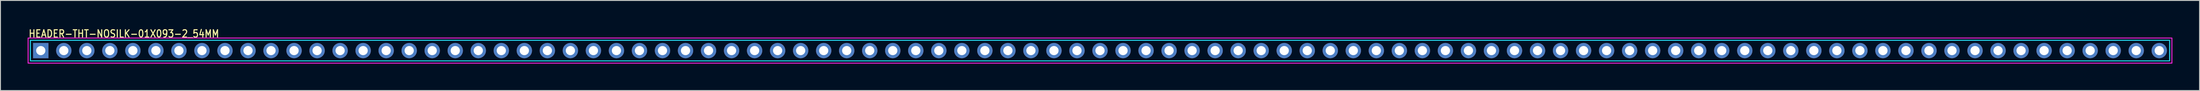
<source format=kicad_pcb>
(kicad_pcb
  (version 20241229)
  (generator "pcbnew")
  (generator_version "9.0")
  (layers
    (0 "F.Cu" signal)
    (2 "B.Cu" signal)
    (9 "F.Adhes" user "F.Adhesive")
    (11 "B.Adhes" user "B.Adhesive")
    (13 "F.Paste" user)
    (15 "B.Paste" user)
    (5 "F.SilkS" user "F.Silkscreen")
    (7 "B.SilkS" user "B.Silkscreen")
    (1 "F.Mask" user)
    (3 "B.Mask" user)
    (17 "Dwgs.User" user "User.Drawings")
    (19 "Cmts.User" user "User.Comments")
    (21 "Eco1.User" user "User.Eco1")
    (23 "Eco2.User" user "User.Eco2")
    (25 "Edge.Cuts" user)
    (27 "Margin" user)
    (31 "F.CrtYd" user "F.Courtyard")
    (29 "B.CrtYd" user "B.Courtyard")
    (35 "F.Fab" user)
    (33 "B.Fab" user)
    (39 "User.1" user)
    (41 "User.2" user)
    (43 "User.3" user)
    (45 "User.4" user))
  (footprint "HEADER-THT-NOSILK-01X093-2_54MM"
    (layer "F.Cu")
    (at 1.447 2.579)
    (property "Reference" "HEADER-THT-NOSILK-01X093-2_54MM" (at -1.4 -1.4 0) (unlocked yes) (layer "F.SilkS") (effects (font (size 0.813 0.695) (thickness 0.122)) (justify left bottom)))
    (fp_poly (pts (xy -1.143 -1.143) (xy 234.823 -1.143) (xy 234.823 1.143) (xy -1.143 1.143)) (stroke (width 0.1) (type solid)) (fill no) (layer "B.CrtYd"))
    (fp_poly (pts (xy -1.397 -1.397) (xy 235.077 -1.397) (xy 235.077 1.397) (xy -1.397 1.397)) (stroke (width 0.1) (type solid)) (fill no) (layer "F.CrtYd"))
    (pad "1" thru_hole rect (at 0 0) (size 1.693 1.693) (drill 1.016) (layers "*.Cu" "*.Mask"))
    (pad "2" thru_hole oval (at 2.54 0) (size 1.693 1.693) (drill 1.016) (layers "*.Cu" "*.Mask"))
    (pad "3" thru_hole oval (at 5.08 0) (size 1.693 1.693) (drill 1.016) (layers "*.Cu" "*.Mask"))
    (pad "4" thru_hole oval (at 7.62 0) (size 1.693 1.693) (drill 1.016) (layers "*.Cu" "*.Mask"))
    (pad "5" thru_hole oval (at 10.16 0) (size 1.693 1.693) (drill 1.016) (layers "*.Cu" "*.Mask"))
    (pad "6" thru_hole oval (at 12.7 0) (size 1.693 1.693) (drill 1.016) (layers "*.Cu" "*.Mask"))
    (pad "7" thru_hole oval (at 15.24 0) (size 1.693 1.693) (drill 1.016) (layers "*.Cu" "*.Mask"))
    (pad "8" thru_hole oval (at 17.78 0) (size 1.693 1.693) (drill 1.016) (layers "*.Cu" "*.Mask"))
    (pad "9" thru_hole oval (at 20.32 0) (size 1.693 1.693) (drill 1.016) (layers "*.Cu" "*.Mask"))
    (pad "10" thru_hole oval (at 22.86 0) (size 1.693 1.693) (drill 1.016) (layers "*.Cu" "*.Mask"))
    (pad "11" thru_hole oval (at 25.4 0) (size 1.693 1.693) (drill 1.016) (layers "*.Cu" "*.Mask"))
    (pad "12" thru_hole oval (at 27.94 0) (size 1.693 1.693) (drill 1.016) (layers "*.Cu" "*.Mask"))
    (pad "13" thru_hole oval (at 30.48 0) (size 1.693 1.693) (drill 1.016) (layers "*.Cu" "*.Mask"))
    (pad "14" thru_hole oval (at 33.02 0) (size 1.693 1.693) (drill 1.016) (layers "*.Cu" "*.Mask"))
    (pad "15" thru_hole oval (at 35.56 0) (size 1.693 1.693) (drill 1.016) (layers "*.Cu" "*.Mask"))
    (pad "16" thru_hole oval (at 38.1 0) (size 1.693 1.693) (drill 1.016) (layers "*.Cu" "*.Mask"))
    (pad "17" thru_hole oval (at 40.64 0) (size 1.693 1.693) (drill 1.016) (layers "*.Cu" "*.Mask"))
    (pad "18" thru_hole oval (at 43.18 0) (size 1.693 1.693) (drill 1.016) (layers "*.Cu" "*.Mask"))
    (pad "19" thru_hole oval (at 45.72 0) (size 1.693 1.693) (drill 1.016) (layers "*.Cu" "*.Mask"))
    (pad "20" thru_hole oval (at 48.26 0) (size 1.693 1.693) (drill 1.016) (layers "*.Cu" "*.Mask"))
    (pad "21" thru_hole oval (at 50.8 0) (size 1.693 1.693) (drill 1.016) (layers "*.Cu" "*.Mask"))
    (pad "22" thru_hole oval (at 53.34 0) (size 1.693 1.693) (drill 1.016) (layers "*.Cu" "*.Mask"))
    (pad "23" thru_hole oval (at 55.88 0) (size 1.693 1.693) (drill 1.016) (layers "*.Cu" "*.Mask"))
    (pad "24" thru_hole oval (at 58.42 0) (size 1.693 1.693) (drill 1.016) (layers "*.Cu" "*.Mask"))
    (pad "25" thru_hole oval (at 60.96 0) (size 1.693 1.693) (drill 1.016) (layers "*.Cu" "*.Mask"))
    (pad "26" thru_hole oval (at 63.5 0) (size 1.693 1.693) (drill 1.016) (layers "*.Cu" "*.Mask"))
    (pad "27" thru_hole oval (at 66.04 0) (size 1.693 1.693) (drill 1.016) (layers "*.Cu" "*.Mask"))
    (pad "28" thru_hole oval (at 68.58 0) (size 1.693 1.693) (drill 1.016) (layers "*.Cu" "*.Mask"))
    (pad "29" thru_hole oval (at 71.12 0) (size 1.693 1.693) (drill 1.016) (layers "*.Cu" "*.Mask"))
    (pad "30" thru_hole oval (at 73.66 0) (size 1.693 1.693) (drill 1.016) (layers "*.Cu" "*.Mask"))
    (pad "31" thru_hole oval (at 76.2 0) (size 1.693 1.693) (drill 1.016) (layers "*.Cu" "*.Mask"))
    (pad "32" thru_hole oval (at 78.74 0) (size 1.693 1.693) (drill 1.016) (layers "*.Cu" "*.Mask"))
    (pad "33" thru_hole oval (at 81.28 0) (size 1.693 1.693) (drill 1.016) (layers "*.Cu" "*.Mask"))
    (pad "34" thru_hole oval (at 83.82 0) (size 1.693 1.693) (drill 1.016) (layers "*.Cu" "*.Mask"))
    (pad "35" thru_hole oval (at 86.36 0) (size 1.693 1.693) (drill 1.016) (layers "*.Cu" "*.Mask"))
    (pad "36" thru_hole oval (at 88.9 0) (size 1.693 1.693) (drill 1.016) (layers "*.Cu" "*.Mask"))
    (pad "37" thru_hole oval (at 91.44 0) (size 1.693 1.693) (drill 1.016) (layers "*.Cu" "*.Mask"))
    (pad "38" thru_hole oval (at 93.98 0) (size 1.693 1.693) (drill 1.016) (layers "*.Cu" "*.Mask"))
    (pad "39" thru_hole oval (at 96.52 0) (size 1.693 1.693) (drill 1.016) (layers "*.Cu" "*.Mask"))
    (pad "40" thru_hole oval (at 99.06 0) (size 1.693 1.693) (drill 1.016) (layers "*.Cu" "*.Mask"))
    (pad "41" thru_hole oval (at 101.6 0) (size 1.693 1.693) (drill 1.016) (layers "*.Cu" "*.Mask"))
    (pad "42" thru_hole oval (at 104.14 0) (size 1.693 1.693) (drill 1.016) (layers "*.Cu" "*.Mask"))
    (pad "43" thru_hole oval (at 106.68 0) (size 1.693 1.693) (drill 1.016) (layers "*.Cu" "*.Mask"))
    (pad "44" thru_hole oval (at 109.22 0) (size 1.693 1.693) (drill 1.016) (layers "*.Cu" "*.Mask"))
    (pad "45" thru_hole oval (at 111.76 0) (size 1.693 1.693) (drill 1.016) (layers "*.Cu" "*.Mask"))
    (pad "46" thru_hole oval (at 114.3 0) (size 1.693 1.693) (drill 1.016) (layers "*.Cu" "*.Mask"))
    (pad "47" thru_hole oval (at 116.84 0) (size 1.693 1.693) (drill 1.016) (layers "*.Cu" "*.Mask"))
    (pad "48" thru_hole oval (at 119.38 0) (size 1.693 1.693) (drill 1.016) (layers "*.Cu" "*.Mask"))
    (pad "49" thru_hole oval (at 121.92 0) (size 1.693 1.693) (drill 1.016) (layers "*.Cu" "*.Mask"))
    (pad "50" thru_hole oval (at 124.46 0) (size 1.693 1.693) (drill 1.016) (layers "*.Cu" "*.Mask"))
    (pad "51" thru_hole oval (at 127 0) (size 1.693 1.693) (drill 1.016) (layers "*.Cu" "*.Mask"))
    (pad "52" thru_hole oval (at 129.54 0) (size 1.693 1.693) (drill 1.016) (layers "*.Cu" "*.Mask"))
    (pad "53" thru_hole oval (at 132.08 0) (size 1.693 1.693) (drill 1.016) (layers "*.Cu" "*.Mask"))
    (pad "54" thru_hole oval (at 134.62 0) (size 1.693 1.693) (drill 1.016) (layers "*.Cu" "*.Mask"))
    (pad "55" thru_hole oval (at 137.16 0) (size 1.693 1.693) (drill 1.016) (layers "*.Cu" "*.Mask"))
    (pad "56" thru_hole oval (at 139.7 0) (size 1.693 1.693) (drill 1.016) (layers "*.Cu" "*.Mask"))
    (pad "57" thru_hole oval (at 142.24 0) (size 1.693 1.693) (drill 1.016) (layers "*.Cu" "*.Mask"))
    (pad "58" thru_hole oval (at 144.78 0) (size 1.693 1.693) (drill 1.016) (layers "*.Cu" "*.Mask"))
    (pad "59" thru_hole oval (at 147.32 0) (size 1.693 1.693) (drill 1.016) (layers "*.Cu" "*.Mask"))
    (pad "60" thru_hole oval (at 149.86 0) (size 1.693 1.693) (drill 1.016) (layers "*.Cu" "*.Mask"))
    (pad "61" thru_hole oval (at 152.4 0) (size 1.693 1.693) (drill 1.016) (layers "*.Cu" "*.Mask"))
    (pad "62" thru_hole oval (at 154.94 0) (size 1.693 1.693) (drill 1.016) (layers "*.Cu" "*.Mask"))
    (pad "63" thru_hole oval (at 157.48 0) (size 1.693 1.693) (drill 1.016) (layers "*.Cu" "*.Mask"))
    (pad "64" thru_hole oval (at 160.02 0) (size 1.693 1.693) (drill 1.016) (layers "*.Cu" "*.Mask"))
    (pad "65" thru_hole oval (at 162.56 0) (size 1.693 1.693) (drill 1.016) (layers "*.Cu" "*.Mask"))
    (pad "66" thru_hole oval (at 165.1 0) (size 1.693 1.693) (drill 1.016) (layers "*.Cu" "*.Mask"))
    (pad "67" thru_hole oval (at 167.64 0) (size 1.693 1.693) (drill 1.016) (layers "*.Cu" "*.Mask"))
    (pad "68" thru_hole oval (at 170.18 0) (size 1.693 1.693) (drill 1.016) (layers "*.Cu" "*.Mask"))
    (pad "69" thru_hole oval (at 172.72 0) (size 1.693 1.693) (drill 1.016) (layers "*.Cu" "*.Mask"))
    (pad "70" thru_hole oval (at 175.26 0) (size 1.693 1.693) (drill 1.016) (layers "*.Cu" "*.Mask"))
    (pad "71" thru_hole oval (at 177.8 0) (size 1.693 1.693) (drill 1.016) (layers "*.Cu" "*.Mask"))
    (pad "72" thru_hole oval (at 180.34 0) (size 1.693 1.693) (drill 1.016) (layers "*.Cu" "*.Mask"))
    (pad "73" thru_hole oval (at 182.88 0) (size 1.693 1.693) (drill 1.016) (layers "*.Cu" "*.Mask"))
    (pad "74" thru_hole oval (at 185.42 0) (size 1.693 1.693) (drill 1.016) (layers "*.Cu" "*.Mask"))
    (pad "75" thru_hole oval (at 187.96 0) (size 1.693 1.693) (drill 1.016) (layers "*.Cu" "*.Mask"))
    (pad "76" thru_hole oval (at 190.5 0) (size 1.693 1.693) (drill 1.016) (layers "*.Cu" "*.Mask"))
    (pad "77" thru_hole oval (at 193.04 0) (size 1.693 1.693) (drill 1.016) (layers "*.Cu" "*.Mask"))
    (pad "78" thru_hole oval (at 195.58 0) (size 1.693 1.693) (drill 1.016) (layers "*.Cu" "*.Mask"))
    (pad "79" thru_hole oval (at 198.12 0) (size 1.693 1.693) (drill 1.016) (layers "*.Cu" "*.Mask"))
    (pad "80" thru_hole oval (at 200.66 0) (size 1.693 1.693) (drill 1.016) (layers "*.Cu" "*.Mask"))
    (pad "81" thru_hole oval (at 203.2 0) (size 1.693 1.693) (drill 1.016) (layers "*.Cu" "*.Mask"))
    (pad "82" thru_hole oval (at 205.74 0) (size 1.693 1.693) (drill 1.016) (layers "*.Cu" "*.Mask"))
    (pad "83" thru_hole oval (at 208.28 0) (size 1.693 1.693) (drill 1.016) (layers "*.Cu" "*.Mask"))
    (pad "84" thru_hole oval (at 210.82 0) (size 1.693 1.693) (drill 1.016) (layers "*.Cu" "*.Mask"))
    (pad "85" thru_hole oval (at 213.36 0) (size 1.693 1.693) (drill 1.016) (layers "*.Cu" "*.Mask"))
    (pad "86" thru_hole oval (at 215.9 0) (size 1.693 1.693) (drill 1.016) (layers "*.Cu" "*.Mask"))
    (pad "87" thru_hole oval (at 218.44 0) (size 1.693 1.693) (drill 1.016) (layers "*.Cu" "*.Mask"))
    (pad "88" thru_hole oval (at 220.98 0) (size 1.693 1.693) (drill 1.016) (layers "*.Cu" "*.Mask"))
    (pad "89" thru_hole oval (at 223.52 0) (size 1.693 1.693) (drill 1.016) (layers "*.Cu" "*.Mask"))
    (pad "90" thru_hole oval (at 226.06 0) (size 1.693 1.693) (drill 1.016) (layers "*.Cu" "*.Mask"))
    (pad "91" thru_hole oval (at 228.6 0) (size 1.693 1.693) (drill 1.016) (layers "*.Cu" "*.Mask"))
    (pad "92" thru_hole oval (at 231.14 0) (size 1.693 1.693) (drill 1.016) (layers "*.Cu" "*.Mask"))
    (pad "93" thru_hole oval (at 233.68 0) (size 1.693 1.693) (drill 1.016) (layers "*.Cu" "*.Mask")))
  (gr_rect
    (start -3 -3)
    (end 239.574 7.026)
    (stroke (width 0.1) (type default))
    (fill no)
    (layer "Edge.Cuts")))
</source>
